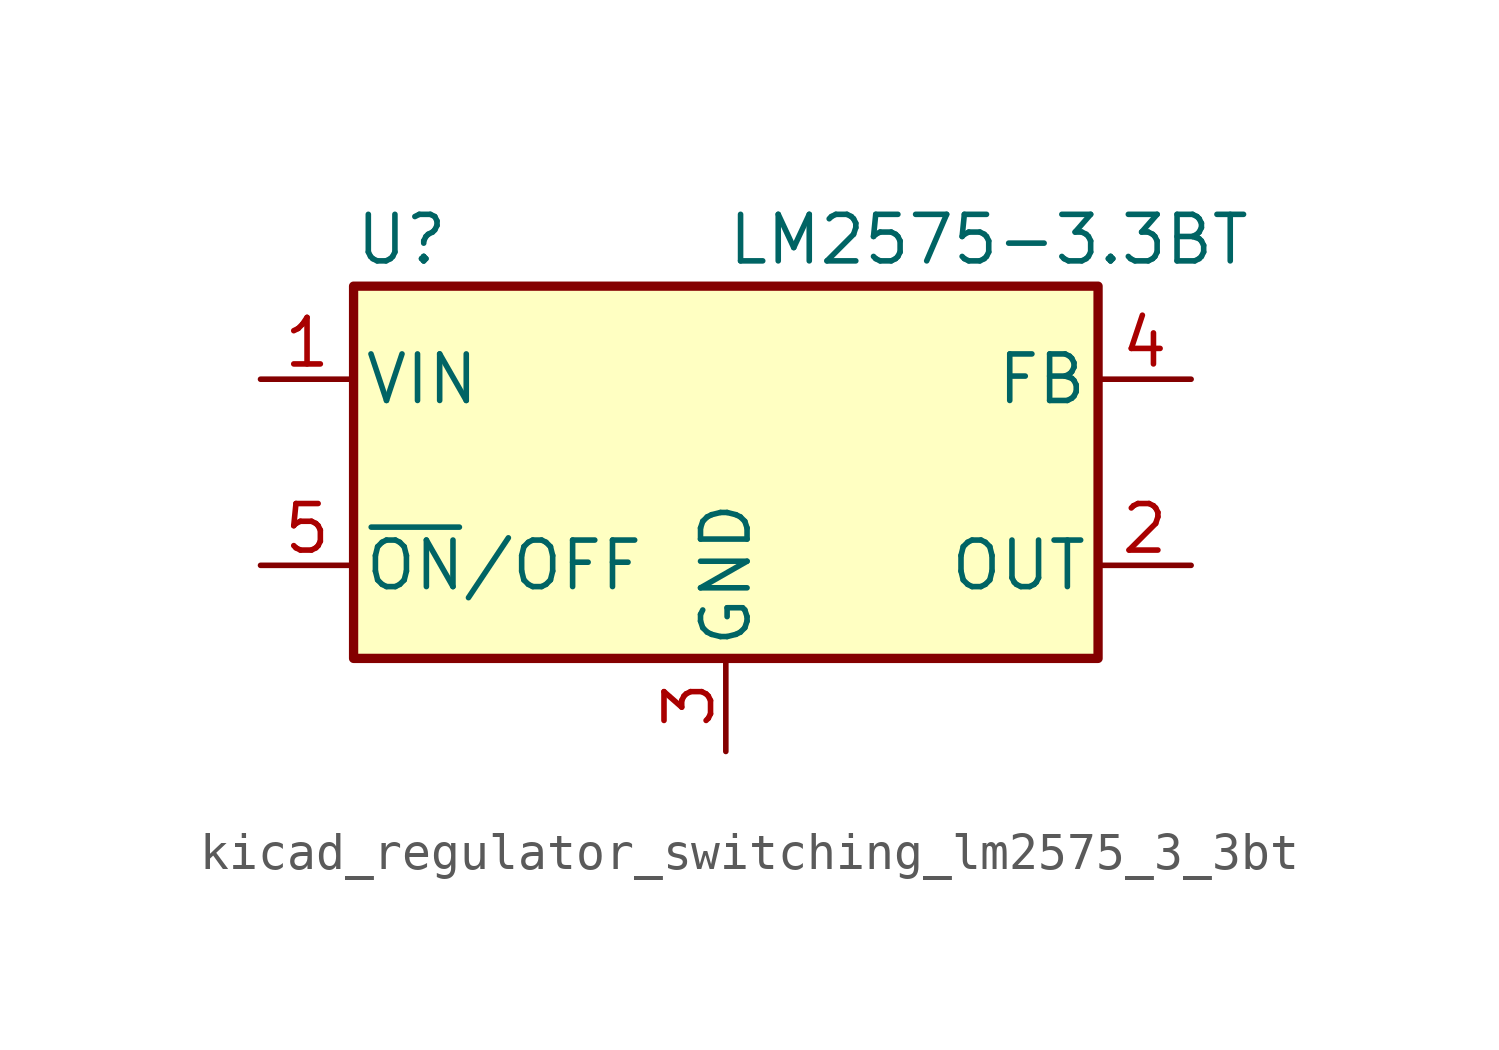
<source format=kicad_sym>
(kicad_symbol_lib
  (version 20220914)
  (generator kicad_symbol_editor)
  (symbol "kicad_regulator_switching_lm2575_3_3bt"
    (pin_names
      (offset 0.254))
    (property "Reference" "U"
      (at -10.16 6.35 0)
      (effects (font (size 1.27 1.27)) (justify left)))
    (property "Value" "LM2575-3.3BT"
      (at 0 6.35 0)
      (effects (font (size 1.27 1.27)) (justify left)))
    (symbol "kicad_regulator_switching_lm2575_3_3bt_0_1"
      (rectangle (start -10.16 5.08) (end 10.16 -5.08) (stroke (width 0.254) (type default)) (fill (type background))))
    (symbol "kicad_regulator_switching_lm2575_3_3bt_1_1"
      (pin power_in line (at -12.7 2.54 0) (length 2.54) (name "VIN" (effects (font (size 1.27 1.27)))) (number "1" (effects (font (size 1.27 1.27)))))
      (pin output line (at 12.7 -2.54 180) (length 2.54) (name "OUT" (effects (font (size 1.27 1.27)))) (number "2" (effects (font (size 1.27 1.27)))))
      (pin power_in line (at 0 -7.62 90) (length 2.54) (name "GND" (effects (font (size 1.27 1.27)))) (number "3" (effects (font (size 1.27 1.27)))))
      (pin input line (at 12.7 2.54 180) (length 2.54) (name "FB" (effects (font (size 1.27 1.27)))) (number "4" (effects (font (size 1.27 1.27)))))
      (pin input line (at -12.7 -2.54 0) (length 2.54) (name "~{ON}/OFF" (effects (font (size 1.27 1.27)))) (number "5" (effects (font (size 1.27 1.27))))))))
</source>
